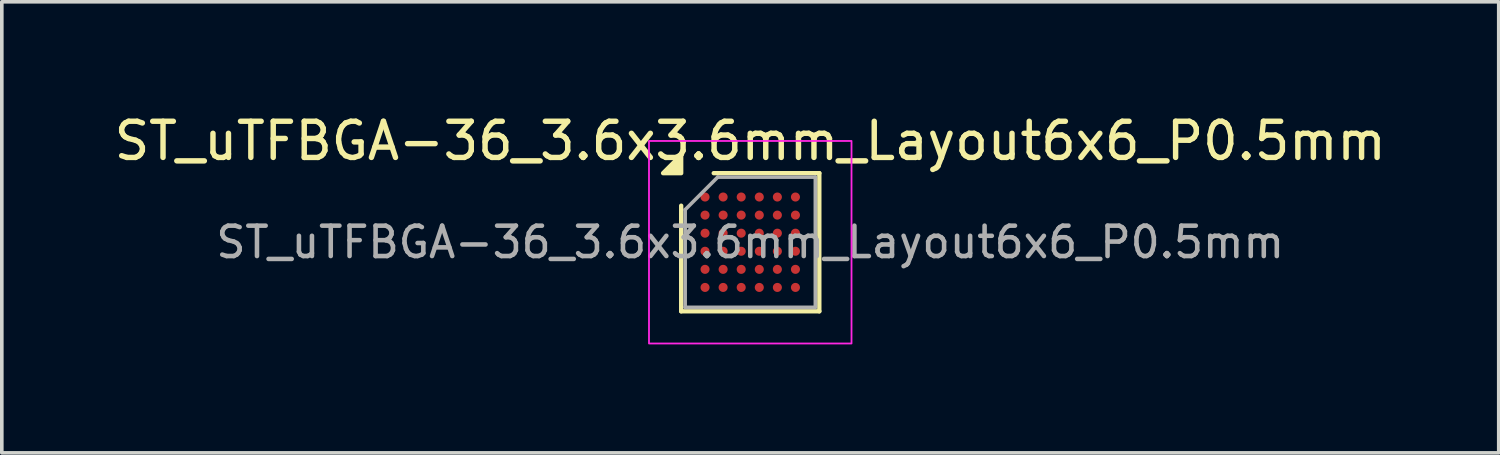
<source format=kicad_pcb>
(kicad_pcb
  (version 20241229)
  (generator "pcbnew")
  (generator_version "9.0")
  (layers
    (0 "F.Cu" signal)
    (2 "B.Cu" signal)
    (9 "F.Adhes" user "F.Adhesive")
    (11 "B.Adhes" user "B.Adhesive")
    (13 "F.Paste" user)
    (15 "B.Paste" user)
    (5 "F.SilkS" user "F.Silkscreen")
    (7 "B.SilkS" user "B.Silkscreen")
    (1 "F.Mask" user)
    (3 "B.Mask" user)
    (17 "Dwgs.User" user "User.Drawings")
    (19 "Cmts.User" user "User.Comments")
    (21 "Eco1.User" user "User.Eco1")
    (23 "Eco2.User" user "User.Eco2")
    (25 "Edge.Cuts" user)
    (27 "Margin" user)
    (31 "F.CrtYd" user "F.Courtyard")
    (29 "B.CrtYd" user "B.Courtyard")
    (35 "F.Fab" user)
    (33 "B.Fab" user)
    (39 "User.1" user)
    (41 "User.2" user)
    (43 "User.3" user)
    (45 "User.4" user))
  (footprint "ST_uTFBGA-36_3.6x3.6mm_Layout6x6_P0.5mm"
    (layer "F.Cu")
    (at 17.696 3.648)
    (property "Reference" "ST_uTFBGA-36_3.6x3.6mm_Layout6x6_P0.5mm" (at 0 -2.8 0) (layer "F.SilkS") (effects (font (size 1 1) (thickness 0.15))))
    (attr smd)
    (fp_line (start -1.91 1.91) (end -1.91 -1.01) (stroke (width 0.12) (type solid)) (layer "F.SilkS"))
    (fp_line (start -1.01 -1.91) (end 1.91 -1.91) (stroke (width 0.12) (type solid)) (layer "F.SilkS"))
    (fp_line (start 1.91 -1.91) (end 1.91 1.91) (stroke (width 0.12) (type solid)) (layer "F.SilkS"))
    (fp_line (start 1.91 1.91) (end -1.91 1.91) (stroke (width 0.12) (type solid)) (layer "F.SilkS"))
    (fp_poly (pts (xy -1.91 -1.91) (xy -2.41 -1.91) (xy -1.91 -2.41)) (stroke (width 0.12) (type solid)) (fill yes) (layer "F.SilkS"))
    (fp_rect (start -2.8 -2.8) (end 2.8 2.8) (stroke (width 0.05) (type solid)) (fill no) (layer "F.CrtYd"))
    (fp_line (start -1.8 -0.9) (end -0.9 -1.8) (stroke (width 0.1) (type solid)) (layer "F.Fab"))
    (fp_line (start -1.8 1.8) (end -1.8 -0.9) (stroke (width 0.1) (type solid)) (layer "F.Fab"))
    (fp_line (start -0.9 -1.8) (end 1.8 -1.8) (stroke (width 0.1) (type solid)) (layer "F.Fab"))
    (fp_line (start 1.8 -1.8) (end 1.8 1.8) (stroke (width 0.1) (type solid)) (layer "F.Fab"))
    (fp_line (start 1.8 1.8) (end -1.8 1.8) (stroke (width 0.1) (type solid)) (layer "F.Fab"))
    (fp_text user "${REFERENCE}" (at 0 0 0) (layer "F.Fab") (effects (font (size 0.84 0.84) (thickness 0.126))))
    (pad "A1" smd circle (at -1.25 -1.25) (size 0.25 0.25) (property pad_prop_bga) (layers "F.Cu" "F.Mask" "F.Paste"))
    (pad "A2" smd circle (at -0.75 -1.25) (size 0.25 0.25) (property pad_prop_bga) (layers "F.Cu" "F.Mask" "F.Paste"))
    (pad "A3" smd circle (at -0.25 -1.25) (size 0.25 0.25) (property pad_prop_bga) (layers "F.Cu" "F.Mask" "F.Paste"))
    (pad "A4" smd circle (at 0.25 -1.25) (size 0.25 0.25) (property pad_prop_bga) (layers "F.Cu" "F.Mask" "F.Paste"))
    (pad "A5" smd circle (at 0.75 -1.25) (size 0.25 0.25) (property pad_prop_bga) (layers "F.Cu" "F.Mask" "F.Paste"))
    (pad "A6" smd circle (at 1.25 -1.25) (size 0.25 0.25) (property pad_prop_bga) (layers "F.Cu" "F.Mask" "F.Paste"))
    (pad "B1" smd circle (at -1.25 -0.75) (size 0.25 0.25) (property pad_prop_bga) (layers "F.Cu" "F.Mask" "F.Paste"))
    (pad "B2" smd circle (at -0.75 -0.75) (size 0.25 0.25) (property pad_prop_bga) (layers "F.Cu" "F.Mask" "F.Paste"))
    (pad "B3" smd circle (at -0.25 -0.75) (size 0.25 0.25) (property pad_prop_bga) (layers "F.Cu" "F.Mask" "F.Paste"))
    (pad "B4" smd circle (at 0.25 -0.75) (size 0.25 0.25) (property pad_prop_bga) (layers "F.Cu" "F.Mask" "F.Paste"))
    (pad "B5" smd circle (at 0.75 -0.75) (size 0.25 0.25) (property pad_prop_bga) (layers "F.Cu" "F.Mask" "F.Paste"))
    (pad "B6" smd circle (at 1.25 -0.75) (size 0.25 0.25) (property pad_prop_bga) (layers "F.Cu" "F.Mask" "F.Paste"))
    (pad "C1" smd circle (at -1.25 -0.25) (size 0.25 0.25) (property pad_prop_bga) (layers "F.Cu" "F.Mask" "F.Paste"))
    (pad "C2" smd circle (at -0.75 -0.25) (size 0.25 0.25) (property pad_prop_bga) (layers "F.Cu" "F.Mask" "F.Paste"))
    (pad "C3" smd circle (at -0.25 -0.25) (size 0.25 0.25) (property pad_prop_bga) (layers "F.Cu" "F.Mask" "F.Paste"))
    (pad "C4" smd circle (at 0.25 -0.25) (size 0.25 0.25) (property pad_prop_bga) (layers "F.Cu" "F.Mask" "F.Paste"))
    (pad "C5" smd circle (at 0.75 -0.25) (size 0.25 0.25) (property pad_prop_bga) (layers "F.Cu" "F.Mask" "F.Paste"))
    (pad "C6" smd circle (at 1.25 -0.25) (size 0.25 0.25) (property pad_prop_bga) (layers "F.Cu" "F.Mask" "F.Paste"))
    (pad "D1" smd circle (at -1.25 0.25) (size 0.25 0.25) (property pad_prop_bga) (layers "F.Cu" "F.Mask" "F.Paste"))
    (pad "D2" smd circle (at -0.75 0.25) (size 0.25 0.25) (property pad_prop_bga) (layers "F.Cu" "F.Mask" "F.Paste"))
    (pad "D3" smd circle (at -0.25 0.25) (size 0.25 0.25) (property pad_prop_bga) (layers "F.Cu" "F.Mask" "F.Paste"))
    (pad "D4" smd circle (at 0.25 0.25) (size 0.25 0.25) (property pad_prop_bga) (layers "F.Cu" "F.Mask" "F.Paste"))
    (pad "D5" smd circle (at 0.75 0.25) (size 0.25 0.25) (property pad_prop_bga) (layers "F.Cu" "F.Mask" "F.Paste"))
    (pad "D6" smd circle (at 1.25 0.25) (size 0.25 0.25) (property pad_prop_bga) (layers "F.Cu" "F.Mask" "F.Paste"))
    (pad "E1" smd circle (at -1.25 0.75) (size 0.25 0.25) (property pad_prop_bga) (layers "F.Cu" "F.Mask" "F.Paste"))
    (pad "E2" smd circle (at -0.75 0.75) (size 0.25 0.25) (property pad_prop_bga) (layers "F.Cu" "F.Mask" "F.Paste"))
    (pad "E3" smd circle (at -0.25 0.75) (size 0.25 0.25) (property pad_prop_bga) (layers "F.Cu" "F.Mask" "F.Paste"))
    (pad "E4" smd circle (at 0.25 0.75) (size 0.25 0.25) (property pad_prop_bga) (layers "F.Cu" "F.Mask" "F.Paste"))
    (pad "E5" smd circle (at 0.75 0.75) (size 0.25 0.25) (property pad_prop_bga) (layers "F.Cu" "F.Mask" "F.Paste"))
    (pad "E6" smd circle (at 1.25 0.75) (size 0.25 0.25) (property pad_prop_bga) (layers "F.Cu" "F.Mask" "F.Paste"))
    (pad "F1" smd circle (at -1.25 1.25) (size 0.25 0.25) (property pad_prop_bga) (layers "F.Cu" "F.Mask" "F.Paste"))
    (pad "F2" smd circle (at -0.75 1.25) (size 0.25 0.25) (property pad_prop_bga) (layers "F.Cu" "F.Mask" "F.Paste"))
    (pad "F3" smd circle (at -0.25 1.25) (size 0.25 0.25) (property pad_prop_bga) (layers "F.Cu" "F.Mask" "F.Paste"))
    (pad "F4" smd circle (at 0.25 1.25) (size 0.25 0.25) (property pad_prop_bga) (layers "F.Cu" "F.Mask" "F.Paste"))
    (pad "F5" smd circle (at 0.75 1.25) (size 0.25 0.25) (property pad_prop_bga) (layers "F.Cu" "F.Mask" "F.Paste"))
    (pad "F6" smd circle (at 1.25 1.25) (size 0.25 0.25) (property pad_prop_bga) (layers "F.Cu" "F.Mask" "F.Paste")))
  (gr_rect
    (start -3 -3)
    (end 38.393 9.473)
    (stroke (width 0.1) (type default))
    (fill no)
    (layer "Edge.Cuts")))
</source>
